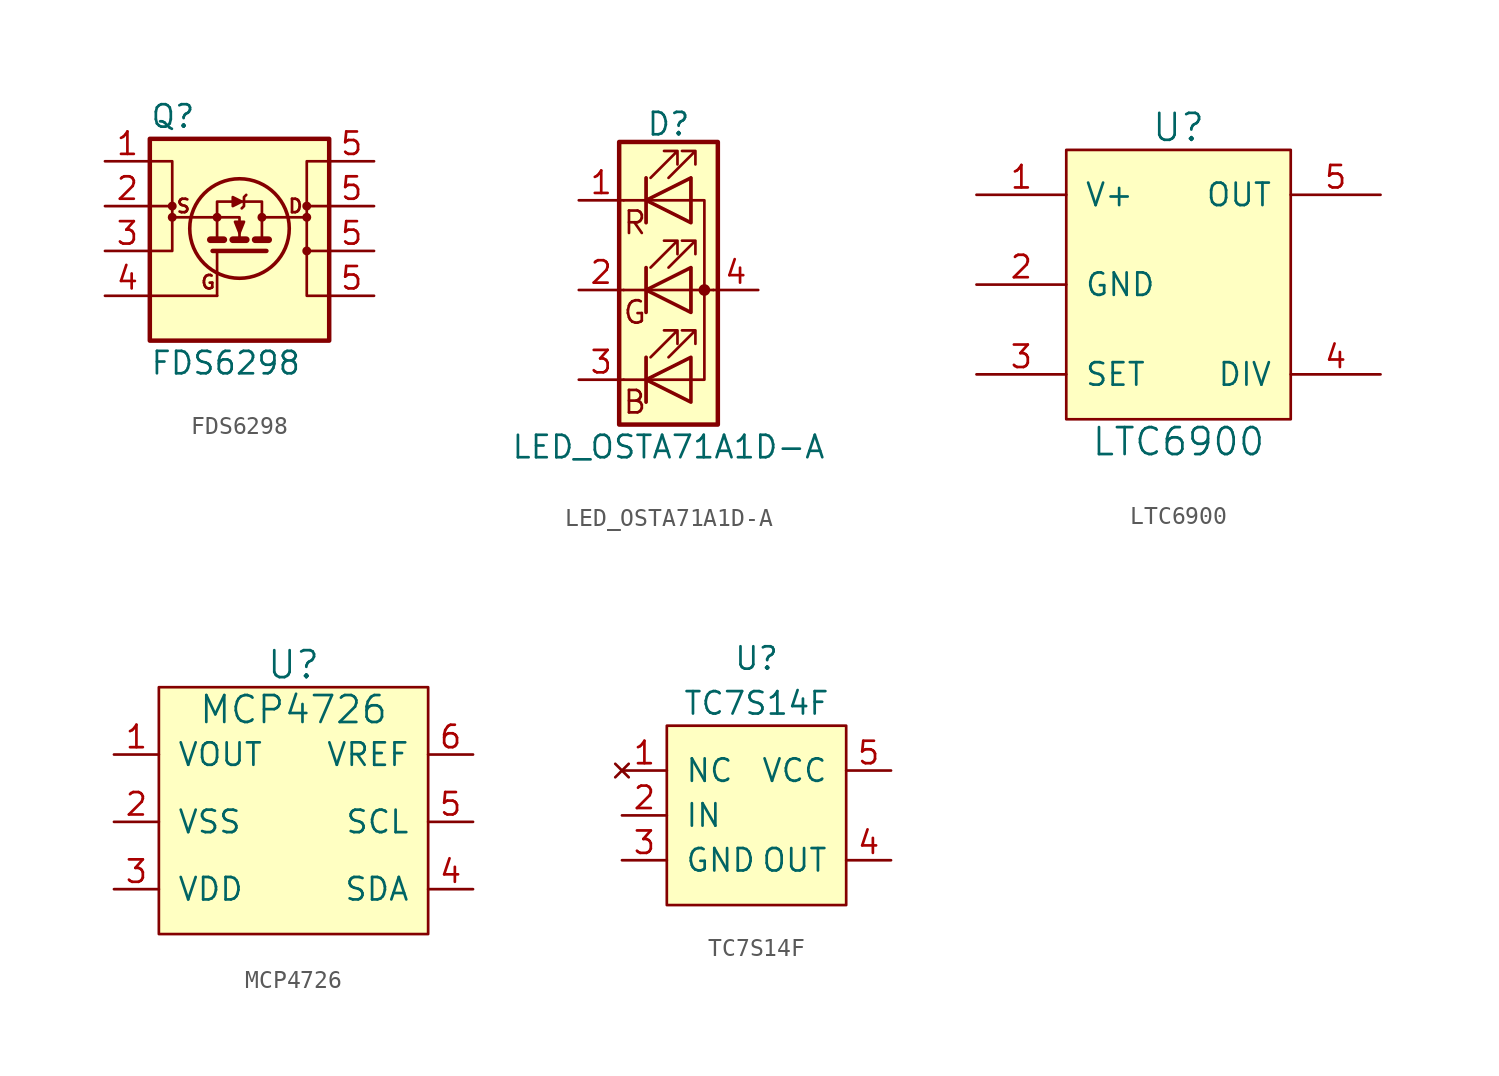
<source format=kicad_sym>
(kicad_symbol_lib
  (version 20211014)
  (generator kicad_symbol_editor)
  (symbol "FDS6298"
    (pin_names
      (offset 0) hide)
    (property "Reference" "Q"
      (at -5.08 7.62 0)
      (effects (font (size 1.27 1.27)) (justify left)))
    (property "Value" "FDS6298"
      (at -5.08 -6.35 0)
      (effects (font (size 1.27 1.27)) (justify left)))
    (symbol "FDS6298_0_0"
      (circle (center -3.81 1.905) (radius 0.127) (stroke (width 0.254) (type default) (color 0 0 0 0)) (fill (type none)))
      (circle (center -1.27 1.905) (radius 0.127) (stroke (width 0.254) (type default) (color 0 0 0 0)) (fill (type none)))
      (polyline (pts (xy -5.08 2.54) (xy -3.81 2.54)) (stroke (width 0) (type default) (color 0 0 0 0)) (fill (type none)))
      (polyline (pts (xy -1.27 1.905) (xy -3.81 1.905)) (stroke (width 0) (type default) (color 0 0 0 0)) (fill (type none)))
      (polyline (pts (xy 5.08 2.54) (xy 3.81 2.54)) (stroke (width 0) (type default) (color 0 0 0 0)) (fill (type none)))
      (polyline (pts (xy -1.27 0.635) (xy -1.27 2.794) (xy 1.27 2.794) (xy 1.27 0.635)) (stroke (width 0) (type default) (color 0 0 0 0)) (fill (type none)))
      (polyline (pts (xy 0.127 2.794) (xy -0.381 3.048) (xy -0.381 2.54) (xy 0.127 2.794)) (stroke (width 0) (type default) (color 0 0 0 0)) (fill (type outline)))
      (polyline (pts (xy 0.381 3.175) (xy 0.254 3.048) (xy 0.254 2.54) (xy 0.127 2.413)) (stroke (width 0) (type default) (color 0 0 0 0)) (fill (type none)))
      (circle (center 1.27 1.905) (radius 0.127) (stroke (width 0.254) (type default) (color 0 0 0 0)) (fill (type none)))
      (circle (center 3.81 1.905) (radius 0.127) (stroke (width 0.254) (type default) (color 0 0 0 0)) (fill (type none)))
      (text "D" (at 3.175 2.54 0) (effects (font (size 0.762 0.762))))
      (text "G" (at -1.778 -1.778 0) (effects (font (size 0.762 0.762))))
      (text "S" (at -3.175 2.54 0) (effects (font (size 0.762 0.762)))))
    (symbol "FDS6298_0_1"
      (rectangle (start -5.08 6.35) (end 5.08 -5.08) (stroke (width 0.254) (type default) (color 0 0 0 0)) (fill (type background)))
      (circle (center -3.81 2.54) (radius 0.127) (stroke (width 0.254) (type default) (color 0 0 0 0)) (fill (type none)))
      (polyline (pts (xy -5.08 -2.54) (xy -1.27 -2.54)) (stroke (width 0) (type default) (color 0 0 0 0)) (fill (type none)))
      (polyline (pts (xy -1.651 0.635) (xy -0.889 0.635)) (stroke (width 0.381) (type default) (color 0 0 0 0)) (fill (type none)))
      (polyline (pts (xy -1.27 -2.54) (xy -1.27 0)) (stroke (width 0) (type default) (color 0 0 0 0)) (fill (type none)))
      (polyline (pts (xy -0.381 0.635) (xy 0.381 0.635)) (stroke (width 0.381) (type default) (color 0 0 0 0)) (fill (type none)))
      (polyline (pts (xy 0.889 0.635) (xy 1.651 0.635)) (stroke (width 0.381) (type default) (color 0 0 0 0)) (fill (type none)))
      (polyline (pts (xy 1.27 1.905) (xy 3.81 1.905)) (stroke (width 0) (type default) (color 0 0 0 0)) (fill (type none)))
      (polyline (pts (xy 5.08 0) (xy 3.81 0)) (stroke (width 0) (type default) (color 0 0 0 0)) (fill (type none)))
      (polyline (pts (xy -1.524 0) (xy 1.524 0) (xy 1.524 0)) (stroke (width 0.254) (type default) (color 0 0 0 0)) (fill (type none)))
      (polyline (pts (xy 0 0.635) (xy 0 1.905) (xy -1.27 1.905)) (stroke (width 0) (type default) (color 0 0 0 0)) (fill (type none)))
      (polyline (pts (xy -5.08 0) (xy -3.81 0) (xy -3.81 5.08) (xy -5.08 5.08)) (stroke (width 0) (type default) (color 0 0 0 0)) (fill (type none)))
      (polyline (pts (xy -0.254 1.651) (xy 0.254 1.651) (xy 0 1.016) (xy -0.254 1.651)) (stroke (width 0) (type default) (color 0 0 0 0)) (fill (type outline)))
      (polyline (pts (xy 5.08 5.08) (xy 3.81 5.08) (xy 3.81 -2.54) (xy 5.08 -2.54)) (stroke (width 0) (type default) (color 0 0 0 0)) (fill (type none)))
      (circle (center 0 1.27) (radius 2.819) (stroke (width 0.203) (type default) (color 0 0 0 0)) (fill (type none)))
      (circle (center 3.81 0) (radius 0.127) (stroke (width 0.254) (type default) (color 0 0 0 0)) (fill (type none)))
      (circle (center 3.81 2.54) (radius 0.127) (stroke (width 0.254) (type default) (color 0 0 0 0)) (fill (type none))))
    (symbol "FDS6298_1_1"
      (pin passive line (at -7.62 5.08 0) (length 2.54) (name "S" (effects (font (size 1.27 1.27)))) (number "1" (effects (font (size 1.27 1.27)))))
      (pin passive line (at -7.62 2.54 0) (length 2.54) (name "S" (effects (font (size 1.27 1.27)))) (number "2" (effects (font (size 1.27 1.27)))))
      (pin passive line (at -7.62 0 0) (length 2.54) (name "S" (effects (font (size 1.27 1.27)))) (number "3" (effects (font (size 1.27 1.27)))))
      (pin passive line (at -7.62 -2.54 0) (length 2.54) (name "G" (effects (font (size 1.27 1.27)))) (number "4" (effects (font (size 1.27 1.27)))))
      (pin passive line (at 7.62 -2.54 180) (length 2.54) (name "D" (effects (font (size 1.27 1.27)))) (number "5" (effects (font (size 1.27 1.27)))))
      (pin passive line (at 7.62 0 180) (length 2.54) (name "D" (effects (font (size 1.27 1.27)))) (number "5" (effects (font (size 1.27 1.27)))))
      (pin passive line (at 7.62 2.54 180) (length 2.54) (name "D" (effects (font (size 1.27 1.27)))) (number "5" (effects (font (size 1.27 1.27)))))
      (pin passive line (at 7.62 5.08 180) (length 2.54) (name "D" (effects (font (size 1.27 1.27)))) (number "5" (effects (font (size 1.27 1.27)))))))
  (symbol "LED_OSTA71A1D-A"
    (pin_names
      (offset 0) hide)
    (property "Reference" "D"
      (at 0 9.398 0)
      (effects (font (size 1.27 1.27))))
    (property "Value" "LED_OSTA71A1D-A"
      (at 0 -8.89 0)
      (effects (font (size 1.27 1.27))))
    (symbol "LED_OSTA71A1D-A_0_0"
      (text "B" (at -1.905 -6.35 0) (effects (font (size 1.27 1.27))))
      (text "G" (at -1.905 -1.27 0) (effects (font (size 1.27 1.27))))
      (text "R" (at -1.905 3.81 0) (effects (font (size 1.27 1.27)))))
    (symbol "LED_OSTA71A1D-A_0_1"
      (polyline (pts (xy -1.27 -5.08) (xy -2.54 -5.08)) (stroke (width 0) (type default) (color 0 0 0 0)) (fill (type none)))
      (polyline (pts (xy -1.27 -5.08) (xy 1.27 -5.08)) (stroke (width 0) (type default) (color 0 0 0 0)) (fill (type none)))
      (polyline (pts (xy -1.27 -3.81) (xy -1.27 -6.35)) (stroke (width 0) (type default) (color 0 0 0 0)) (fill (type none)))
      (polyline (pts (xy -1.27 -3.81) (xy -1.27 -6.35)) (stroke (width 0.203) (type default) (color 0 0 0 0)) (fill (type none)))
      (polyline (pts (xy -1.27 0) (xy -2.54 0)) (stroke (width 0) (type default) (color 0 0 0 0)) (fill (type none)))
      (polyline (pts (xy -1.27 0) (xy 1.27 0)) (stroke (width 0) (type default) (color 0 0 0 0)) (fill (type none)))
      (polyline (pts (xy -1.27 1.27) (xy -1.27 -1.27)) (stroke (width 0.203) (type default) (color 0 0 0 0)) (fill (type none)))
      (polyline (pts (xy -1.27 5.08) (xy -2.54 5.08)) (stroke (width 0) (type default) (color 0 0 0 0)) (fill (type none)))
      (polyline (pts (xy -1.27 6.35) (xy -1.27 3.81)) (stroke (width 0.203) (type default) (color 0 0 0 0)) (fill (type none)))
      (polyline (pts (xy 1.27 0) (xy 2.54 0)) (stroke (width 0) (type default) (color 0 0 0 0)) (fill (type none)))
      (polyline (pts (xy 1.27 5.08) (xy -1.27 5.08)) (stroke (width 0) (type default) (color 0 0 0 0)) (fill (type none)))
      (polyline (pts (xy -1.27 1.27) (xy -1.27 -1.27) (xy -1.27 -1.27)) (stroke (width 0) (type default) (color 0 0 0 0)) (fill (type none)))
      (polyline (pts (xy -1.27 6.35) (xy -1.27 3.81) (xy -1.27 3.81)) (stroke (width 0) (type default) (color 0 0 0 0)) (fill (type none)))
      (polyline (pts (xy 1.27 -5.08) (xy 2.032 -5.08) (xy 2.032 5.08) (xy 1.27 5.08)) (stroke (width 0) (type default) (color 0 0 0 0)) (fill (type none)))
      (polyline (pts (xy 1.27 -3.81) (xy 1.27 -6.35) (xy -1.27 -5.08) (xy 1.27 -3.81)) (stroke (width 0.203) (type default) (color 0 0 0 0)) (fill (type none)))
      (polyline (pts (xy 1.27 1.27) (xy 1.27 -1.27) (xy -1.27 0) (xy 1.27 1.27)) (stroke (width 0.203) (type default) (color 0 0 0 0)) (fill (type none)))
      (polyline (pts (xy 1.27 6.35) (xy 1.27 3.81) (xy -1.27 5.08) (xy 1.27 6.35)) (stroke (width 0.203) (type default) (color 0 0 0 0)) (fill (type none)))
      (polyline (pts (xy -1.016 -3.81) (xy 0.508 -2.286) (xy -0.254 -2.286) (xy 0.508 -2.286) (xy 0.508 -3.048)) (stroke (width 0) (type default) (color 0 0 0 0)) (fill (type none)))
      (polyline (pts (xy -1.016 1.27) (xy 0.508 2.794) (xy -0.254 2.794) (xy 0.508 2.794) (xy 0.508 2.032)) (stroke (width 0) (type default) (color 0 0 0 0)) (fill (type none)))
      (polyline (pts (xy -1.016 6.35) (xy 0.508 7.874) (xy -0.254 7.874) (xy 0.508 7.874) (xy 0.508 7.112)) (stroke (width 0) (type default) (color 0 0 0 0)) (fill (type none)))
      (polyline (pts (xy 0 -3.81) (xy 1.524 -2.286) (xy 0.762 -2.286) (xy 1.524 -2.286) (xy 1.524 -3.048)) (stroke (width 0) (type default) (color 0 0 0 0)) (fill (type none)))
      (polyline (pts (xy 0 1.27) (xy 1.524 2.794) (xy 0.762 2.794) (xy 1.524 2.794) (xy 1.524 2.032)) (stroke (width 0) (type default) (color 0 0 0 0)) (fill (type none)))
      (polyline (pts (xy 0 6.35) (xy 1.524 7.874) (xy 0.762 7.874) (xy 1.524 7.874) (xy 1.524 7.112)) (stroke (width 0) (type default) (color 0 0 0 0)) (fill (type none)))
      (rectangle (start 1.27 -1.27) (end 1.27 1.27) (stroke (width 0) (type default) (color 0 0 0 0)) (fill (type none)))
      (rectangle (start 1.27 1.27) (end 1.27 1.27) (stroke (width 0) (type default) (color 0 0 0 0)) (fill (type none)))
      (rectangle (start 1.27 3.81) (end 1.27 6.35) (stroke (width 0) (type default) (color 0 0 0 0)) (fill (type none)))
      (rectangle (start 1.27 6.35) (end 1.27 6.35) (stroke (width 0) (type default) (color 0 0 0 0)) (fill (type none)))
      (circle (center 2.032 0) (radius 0.254) (stroke (width 0) (type default) (color 0 0 0 0)) (fill (type outline)))
      (rectangle (start 2.794 8.382) (end -2.794 -7.62) (stroke (width 0.254) (type default) (color 0 0 0 0)) (fill (type background))))
    (symbol "LED_OSTA71A1D-A_1_1"
      (pin passive line (at -5.08 5.08 0) (length 2.54) (name "RK" (effects (font (size 1.27 1.27)))) (number "1" (effects (font (size 1.27 1.27)))))
      (pin passive line (at -5.08 0 0) (length 2.54) (name "A" (effects (font (size 1.27 1.27)))) (number "2" (effects (font (size 1.27 1.27)))))
      (pin passive line (at -5.08 -5.08 0) (length 2.54) (name "BK" (effects (font (size 1.27 1.27)))) (number "3" (effects (font (size 1.27 1.27)))))
      (pin passive line (at 5.08 0 180) (length 2.54) (name "GK" (effects (font (size 1.27 1.27)))) (number "4" (effects (font (size 1.27 1.27)))))))
  (symbol "LTC6900"
    (pin_names
      (offset 1.016))
    (property "Reference" "U"
      (at 0 1.27 0)
      (effects (font (size 1.524 1.524))))
    (property "Value" "LTC6900"
      (at 0 -16.51 0)
      (effects (font (size 1.524 1.524))))
    (symbol "LTC6900_0_1"
      (rectangle (start -6.35 0) (end 6.35 -15.24) (stroke (width 0) (type default) (color 0 0 0 0)) (fill (type background))))
    (symbol "LTC6900_1_1"
      (pin passive line (at -11.43 -2.54 0) (length 5.08) (name "V+" (effects (font (size 1.27 1.27)))) (number "1" (effects (font (size 1.27 1.27)))))
      (pin passive line (at -11.43 -7.62 0) (length 5.08) (name "GND" (effects (font (size 1.27 1.27)))) (number "2" (effects (font (size 1.27 1.27)))))
      (pin passive line (at -11.43 -12.7 0) (length 5.08) (name "SET" (effects (font (size 1.27 1.27)))) (number "3" (effects (font (size 1.27 1.27)))))
      (pin passive line (at 11.43 -12.7 180) (length 5.08) (name "DIV" (effects (font (size 1.27 1.27)))) (number "4" (effects (font (size 1.27 1.27)))))
      (pin passive line (at 11.43 -2.54 180) (length 5.08) (name "OUT" (effects (font (size 1.27 1.27)))) (number "5" (effects (font (size 1.27 1.27)))))))
  (symbol "MCP4726"
    (pin_names
      (offset 1.016))
    (property "Reference" "U"
      (at 0 1.27 0)
      (effects (font (size 1.524 1.524))))
    (property "Value" "MCP4726"
      (at 0 -1.27 0)
      (effects (font (size 1.524 1.524))))
    (symbol "MCP4726_0_1"
      (rectangle (start -7.62 0) (end 7.62 -13.97) (stroke (width 0) (type default) (color 0 0 0 0)) (fill (type background))))
    (symbol "MCP4726_1_1"
      (pin passive line (at -10.16 -3.81 0) (length 2.54) (name "VOUT" (effects (font (size 1.27 1.27)))) (number "1" (effects (font (size 1.27 1.27)))))
      (pin passive line (at -10.16 -7.62 0) (length 2.54) (name "VSS" (effects (font (size 1.27 1.27)))) (number "2" (effects (font (size 1.27 1.27)))))
      (pin passive line (at -10.16 -11.43 0) (length 2.54) (name "VDD" (effects (font (size 1.27 1.27)))) (number "3" (effects (font (size 1.27 1.27)))))
      (pin passive line (at 10.16 -11.43 180) (length 2.54) (name "SDA" (effects (font (size 1.27 1.27)))) (number "4" (effects (font (size 1.27 1.27)))))
      (pin passive line (at 10.16 -7.62 180) (length 2.54) (name "SCL" (effects (font (size 1.27 1.27)))) (number "5" (effects (font (size 1.27 1.27)))))
      (pin passive line (at 10.16 -3.81 180) (length 2.54) (name "VREF" (effects (font (size 1.27 1.27)))) (number "6" (effects (font (size 1.27 1.27)))))))
  (symbol "TC7S14F"
    (pin_names
      (offset 1.016))
    (property "Reference" "U"
      (at 0 8.89 0)
      (effects (font (size 1.27 1.27))))
    (property "Value" "TC7S14F"
      (at 0 6.35 0)
      (effects (font (size 1.27 1.27))))
    (symbol "TC7S14F_0_1"
      (rectangle (start -5.08 5.08) (end 5.08 -5.08) (stroke (width 0) (type default) (color 0 0 0 0)) (fill (type background))))
    (symbol "TC7S14F_1_1"
      (pin no_connect line (at -7.62 2.54 0) (length 2.54) (name "NC" (effects (font (size 1.27 1.27)))) (number "1" (effects (font (size 1.27 1.27)))))
      (pin input line (at -7.62 0 0) (length 2.54) (name "IN" (effects (font (size 1.27 1.27)))) (number "2" (effects (font (size 1.27 1.27)))))
      (pin input line (at -7.62 -2.54 0) (length 2.54) (name "GND" (effects (font (size 1.27 1.27)))) (number "3" (effects (font (size 1.27 1.27)))))
      (pin output line (at 7.62 -2.54 180) (length 2.54) (name "OUT" (effects (font (size 1.27 1.27)))) (number "4" (effects (font (size 1.27 1.27)))))
      (pin power_in line (at 7.62 2.54 180) (length 2.54) (name "VCC" (effects (font (size 1.27 1.27)))) (number "5" (effects (font (size 1.27 1.27))))))))
</source>
